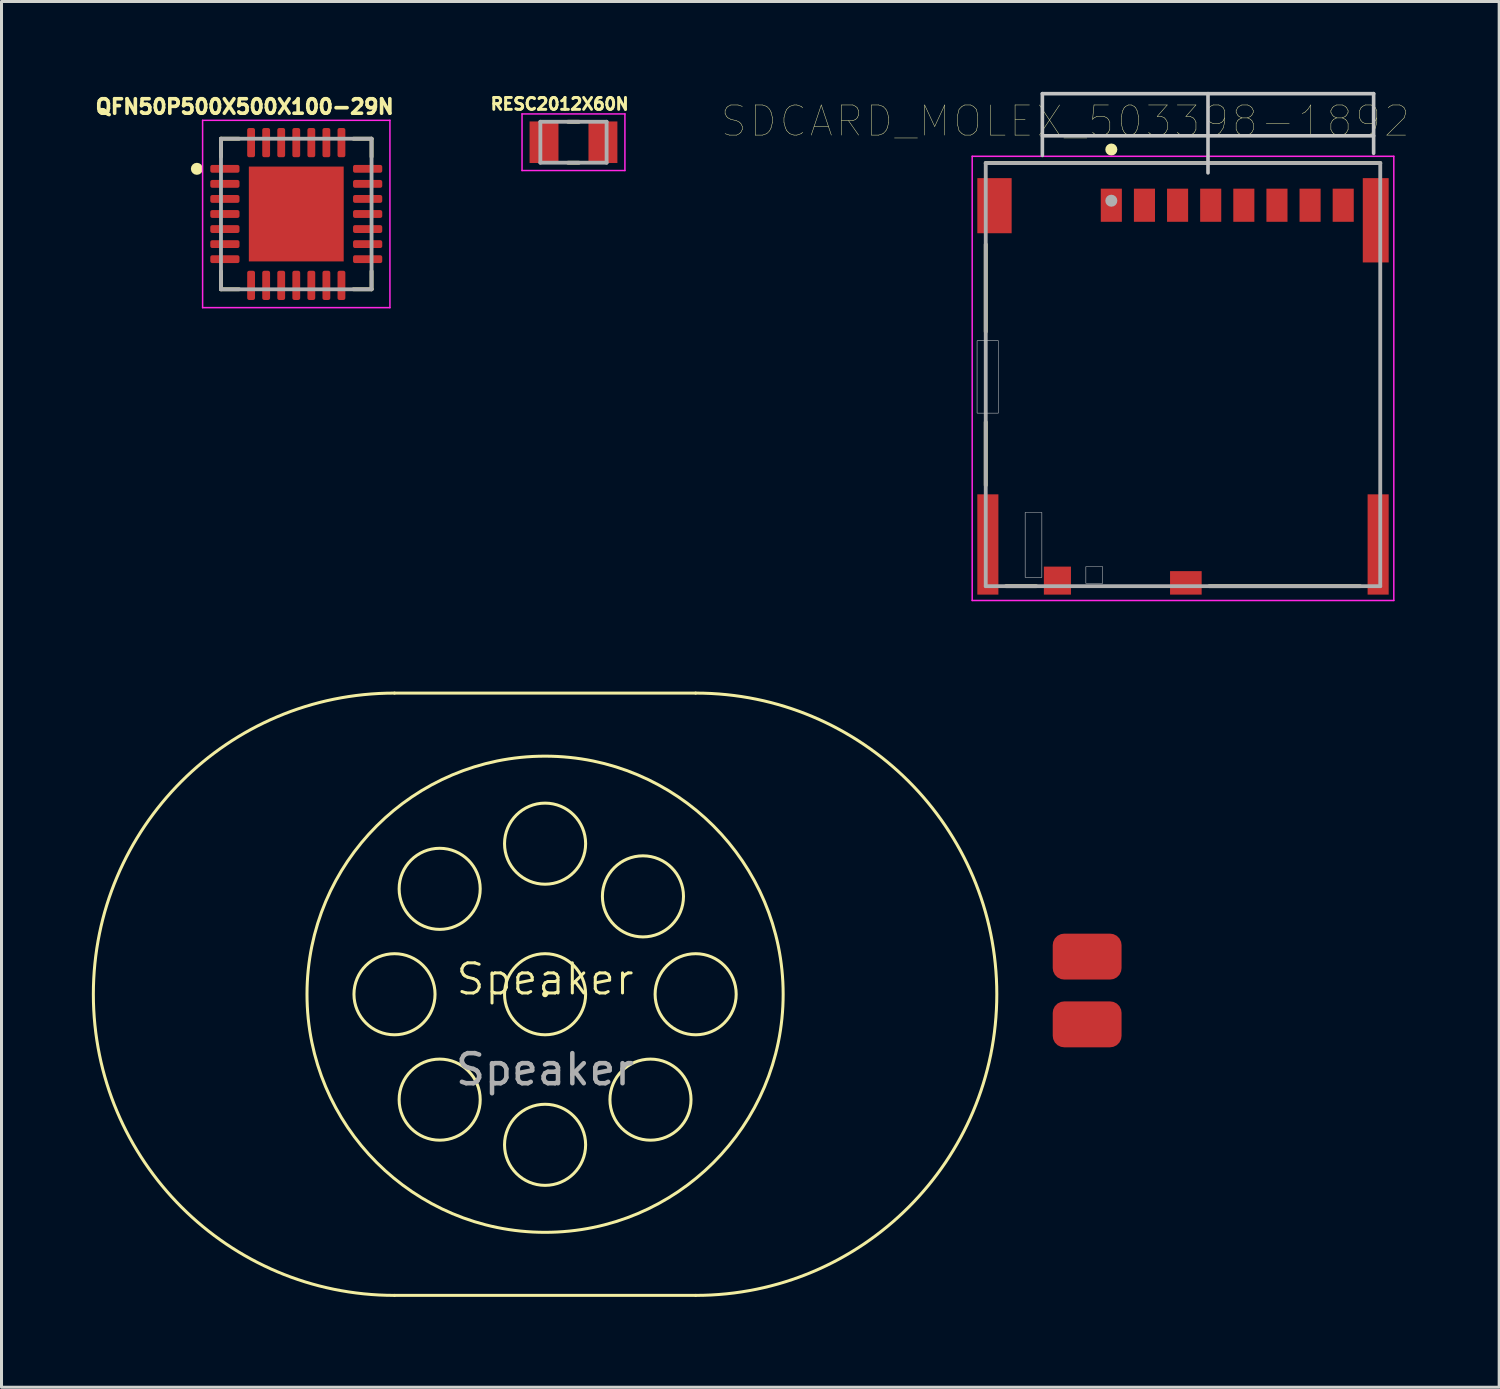
<source format=kicad_pcb>
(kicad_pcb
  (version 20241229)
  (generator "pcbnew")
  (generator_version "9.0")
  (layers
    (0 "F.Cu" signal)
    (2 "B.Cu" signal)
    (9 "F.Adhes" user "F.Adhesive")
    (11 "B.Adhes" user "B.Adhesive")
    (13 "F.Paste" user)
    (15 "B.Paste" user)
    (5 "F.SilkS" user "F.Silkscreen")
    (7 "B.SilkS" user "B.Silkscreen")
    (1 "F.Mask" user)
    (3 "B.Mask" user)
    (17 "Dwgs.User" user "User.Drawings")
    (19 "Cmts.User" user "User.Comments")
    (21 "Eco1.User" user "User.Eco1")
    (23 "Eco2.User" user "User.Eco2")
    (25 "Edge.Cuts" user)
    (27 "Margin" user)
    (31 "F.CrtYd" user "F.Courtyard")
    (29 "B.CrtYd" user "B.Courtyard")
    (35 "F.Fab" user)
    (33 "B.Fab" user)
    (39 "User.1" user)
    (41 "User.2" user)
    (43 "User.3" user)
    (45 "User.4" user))
  (footprint "Speaker"
    (layer "F.Cu")
    (at 15.05 29.965)
    (property "Reference" "Speaker" (at 0 -0.5 0) (unlocked yes) (layer "F.SilkS") (effects (font (size 1 1) (thickness 0.1))))
    (attr smd)
    (fp_line (start -5 -10) (end 5 -10) (stroke (width 0.1) (type default)) (layer "F.SilkS"))
    (fp_line (start -5 10) (end 5 10) (stroke (width 0.1) (type default)) (layer "F.SilkS"))
    (fp_arc (start -5 10) (mid -15 0) (end -5 -10) (stroke (width 0.1) (type default)) (layer "F.SilkS"))
    (fp_arc (start 5 -10) (mid 15 0) (end 5 10) (stroke (width 0.1) (type default)) (layer "F.SilkS"))
    (fp_circle (center -5 0) (end -3.75 0.5) (stroke (width 0.1) (type default)) (fill no) (layer "F.SilkS"))
    (fp_circle (center -3.5 -3.5) (end -2.25 -3) (stroke (width 0.1) (type default)) (fill no) (layer "F.SilkS"))
    (fp_circle (center -3.5 3.5) (end -2.25 4) (stroke (width 0.1) (type default)) (fill no) (layer "F.SilkS"))
    (fp_circle (center 0 -5) (end 1.25 -4.5) (stroke (width 0.1) (type default)) (fill no) (layer "F.SilkS"))
    (fp_circle (center 0 0) (end 0 0) (stroke (width 0.1) (type default)) (fill no) (layer "F.SilkS"))
    (fp_circle (center 0 0) (end 1.25 0.5) (stroke (width 0.1) (type default)) (fill no) (layer "F.SilkS"))
    (fp_circle (center 0 0) (end 7.5 -2.5) (stroke (width 0.1) (type default)) (fill no) (layer "F.SilkS"))
    (fp_circle (center 0 5) (end 1.25 5.5) (stroke (width 0.1) (type default)) (fill no) (layer "F.SilkS"))
    (fp_circle (center 3.25 -3.25) (end 4.5 -2.75) (stroke (width 0.1) (type default)) (fill no) (layer "F.SilkS"))
    (fp_circle (center 3.5 3.5) (end 4.75 4) (stroke (width 0.1) (type default)) (fill no) (layer "F.SilkS"))
    (fp_circle (center 5 0) (end 6.25 0.5) (stroke (width 0.1) (type default)) (fill no) (layer "F.SilkS"))
    (fp_text user "${REFERENCE}" (at 0 2.5 0) (unlocked yes) (layer "F.Fab") (effects (font (size 1 1) (thickness 0.15))))
    (pad "1" smd roundrect (at 18 -1.25) (size 2.286 1.524) (layers "F.Cu" "F.Mask" "F.Paste") (roundrect_rratio 0.25))
    (pad "2" smd roundrect (at 18 1) (size 2.286 1.524) (layers "F.Cu" "F.Mask" "F.Paste") (roundrect_rratio 0.25)))
  (footprint "QFN50P500X500X100-29N"
    (layer "F.Cu")
    (at 6.788 4.056)
    (property "Reference" "QFN50P500X500X100-29N" (at -1.714 -3.563 0) (layer "F.SilkS") (effects (font (size 0.481 0.481) (thickness 0.15))))
    (attr smd)
    (fp_line (start -2.5 -2.5) (end -1.9 -2.5) (stroke (width 0.127) (type solid)) (layer "F.SilkS"))
    (fp_line (start -2.5 -1.9) (end -2.5 -2.5) (stroke (width 0.127) (type solid)) (layer "F.SilkS"))
    (fp_line (start -2.5 2.5) (end -2.5 1.9) (stroke (width 0.127) (type solid)) (layer "F.SilkS"))
    (fp_line (start -1.9 2.5) (end -2.5 2.5) (stroke (width 0.127) (type solid)) (layer "F.SilkS"))
    (fp_line (start 1.9 -2.5) (end 2.5 -2.5) (stroke (width 0.127) (type solid)) (layer "F.SilkS"))
    (fp_line (start 2.5 -2.5) (end 2.5 -1.9) (stroke (width 0.127) (type solid)) (layer "F.SilkS"))
    (fp_line (start 2.5 1.9) (end 2.5 2.5) (stroke (width 0.127) (type solid)) (layer "F.SilkS"))
    (fp_line (start 2.5 2.5) (end 1.9 2.5) (stroke (width 0.127) (type solid)) (layer "F.SilkS"))
    (fp_circle (center -3.3 -1.5) (end -3.2 -1.5) (stroke (width 0.2) (type solid)) (fill no) (layer "F.SilkS"))
    (fp_poly (pts (xy -0.991 -0.989) (xy 0.989 -0.989) (xy 0.989 0.991) (xy -0.991 0.991)) (stroke (width 0.01) (type solid)) (fill yes) (layer "F.Paste"))
    (fp_line (start -3.11 -3.11) (end 3.11 -3.11) (stroke (width 0.05) (type solid)) (layer "F.CrtYd"))
    (fp_line (start -3.11 3.11) (end -3.11 -3.11) (stroke (width 0.05) (type solid)) (layer "F.CrtYd"))
    (fp_line (start 3.11 -3.11) (end 3.11 3.11) (stroke (width 0.05) (type solid)) (layer "F.CrtYd"))
    (fp_line (start 3.11 3.11) (end -3.11 3.11) (stroke (width 0.05) (type solid)) (layer "F.CrtYd"))
    (fp_line (start -2.5 -2.5) (end 2.5 -2.5) (stroke (width 0.127) (type solid)) (layer "F.Fab"))
    (fp_line (start -2.5 2.5) (end -2.5 -2.5) (stroke (width 0.127) (type solid)) (layer "F.Fab"))
    (fp_line (start 2.5 -2.5) (end 2.5 2.5) (stroke (width 0.127) (type solid)) (layer "F.Fab"))
    (fp_line (start 2.5 2.5) (end -2.5 2.5) (stroke (width 0.127) (type solid)) (layer "F.Fab"))
    (pad "1" smd roundrect (at -2.37 -1.5 270) (size 0.26 0.97) (layers "F.Cu" "F.Mask" "F.Paste") (roundrect_rratio 0.25))
    (pad "2" smd roundrect (at -2.37 -1 270) (size 0.26 0.97) (layers "F.Cu" "F.Mask" "F.Paste") (roundrect_rratio 0.25))
    (pad "3" smd roundrect (at -2.37 -0.5 270) (size 0.26 0.97) (layers "F.Cu" "F.Mask" "F.Paste") (roundrect_rratio 0.25))
    (pad "4" smd roundrect (at -2.37 0 270) (size 0.26 0.97) (layers "F.Cu" "F.Mask" "F.Paste") (roundrect_rratio 0.25))
    (pad "5" smd roundrect (at -2.37 0.5 270) (size 0.26 0.97) (layers "F.Cu" "F.Mask" "F.Paste") (roundrect_rratio 0.25))
    (pad "6" smd roundrect (at -2.37 1 270) (size 0.26 0.97) (layers "F.Cu" "F.Mask" "F.Paste") (roundrect_rratio 0.25))
    (pad "7" smd roundrect (at -2.37 1.5 270) (size 0.26 0.97) (layers "F.Cu" "F.Mask" "F.Paste") (roundrect_rratio 0.25))
    (pad "8" smd roundrect (at -1.5 2.37) (size 0.26 0.97) (layers "F.Cu" "F.Mask" "F.Paste") (roundrect_rratio 0.25))
    (pad "9" smd roundrect (at -1 2.37) (size 0.26 0.97) (layers "F.Cu" "F.Mask" "F.Paste") (roundrect_rratio 0.25))
    (pad "10" smd roundrect (at -0.5 2.37) (size 0.26 0.97) (layers "F.Cu" "F.Mask" "F.Paste") (roundrect_rratio 0.25))
    (pad "11" smd roundrect (at 0 2.37) (size 0.26 0.97) (layers "F.Cu" "F.Mask" "F.Paste") (roundrect_rratio 0.25))
    (pad "12" smd roundrect (at 0.5 2.37) (size 0.26 0.97) (layers "F.Cu" "F.Mask" "F.Paste") (roundrect_rratio 0.25))
    (pad "13" smd roundrect (at 1 2.37) (size 0.26 0.97) (layers "F.Cu" "F.Mask" "F.Paste") (roundrect_rratio 0.25))
    (pad "14" smd roundrect (at 1.5 2.37) (size 0.26 0.97) (layers "F.Cu" "F.Mask" "F.Paste") (roundrect_rratio 0.25))
    (pad "15" smd roundrect (at 2.37 1.5 270) (size 0.26 0.97) (layers "F.Cu" "F.Mask" "F.Paste") (roundrect_rratio 0.25))
    (pad "16" smd roundrect (at 2.37 1 270) (size 0.26 0.97) (layers "F.Cu" "F.Mask" "F.Paste") (roundrect_rratio 0.25))
    (pad "17" smd roundrect (at 2.37 0.5 270) (size 0.26 0.97) (layers "F.Cu" "F.Mask" "F.Paste") (roundrect_rratio 0.25))
    (pad "18" smd roundrect (at 2.37 0 270) (size 0.26 0.97) (layers "F.Cu" "F.Mask" "F.Paste") (roundrect_rratio 0.25))
    (pad "19" smd roundrect (at 2.37 -0.5 270) (size 0.26 0.97) (layers "F.Cu" "F.Mask" "F.Paste") (roundrect_rratio 0.25))
    (pad "20" smd roundrect (at 2.37 -1 270) (size 0.26 0.97) (layers "F.Cu" "F.Mask" "F.Paste") (roundrect_rratio 0.25))
    (pad "21" smd roundrect (at 2.37 -1.5 270) (size 0.26 0.97) (layers "F.Cu" "F.Mask" "F.Paste") (roundrect_rratio 0.25))
    (pad "22" smd roundrect (at 1.5 -2.37) (size 0.26 0.97) (layers "F.Cu" "F.Mask" "F.Paste") (roundrect_rratio 0.25))
    (pad "23" smd roundrect (at 1 -2.37) (size 0.26 0.97) (layers "F.Cu" "F.Mask" "F.Paste") (roundrect_rratio 0.25))
    (pad "24" smd roundrect (at 0.5 -2.37) (size 0.26 0.97) (layers "F.Cu" "F.Mask" "F.Paste") (roundrect_rratio 0.25))
    (pad "25" smd roundrect (at 0 -2.37) (size 0.26 0.97) (layers "F.Cu" "F.Mask" "F.Paste") (roundrect_rratio 0.25))
    (pad "26" smd roundrect (at -0.5 -2.37) (size 0.26 0.97) (layers "F.Cu" "F.Mask" "F.Paste") (roundrect_rratio 0.25))
    (pad "27" smd roundrect (at -1 -2.37) (size 0.26 0.97) (layers "F.Cu" "F.Mask" "F.Paste") (roundrect_rratio 0.25))
    (pad "28" smd roundrect (at -1.5 -2.37) (size 0.26 0.97) (layers "F.Cu" "F.Mask" "F.Paste") (roundrect_rratio 0.25))
    (pad "29" smd rect (at 0 0) (size 3.15 3.15) (layers "F.Cu" "F.Mask")))
  (footprint "RESC2012X60N"
    (layer "F.Cu")
    (at 15.993 1.673)
    (property "Reference" "RESC2012X60N" (at -0.46 -1.27 0) (layer "F.SilkS") (effects (font (size 0.394 0.394) (thickness 0.15))))
    (attr smd)
    (fp_line (start -0.18 -0.68) (end 0.18 -0.68) (stroke (width 0.127) (type solid)) (layer "F.SilkS"))
    (fp_line (start -0.18 0.68) (end 0.18 0.68) (stroke (width 0.127) (type solid)) (layer "F.SilkS"))
    (fp_line (start -1.708 -0.94) (end 1.708 -0.94) (stroke (width 0.05) (type solid)) (layer "F.CrtYd"))
    (fp_line (start -1.708 0.94) (end -1.708 -0.94) (stroke (width 0.05) (type solid)) (layer "F.CrtYd"))
    (fp_line (start -1.708 0.94) (end 1.708 0.94) (stroke (width 0.05) (type solid)) (layer "F.CrtYd"))
    (fp_line (start 1.708 0.94) (end 1.708 -0.94) (stroke (width 0.05) (type solid)) (layer "F.CrtYd"))
    (fp_line (start -1.1 0.68) (end -1.1 -0.68) (stroke (width 0.127) (type solid)) (layer "F.Fab"))
    (fp_line (start 1.1 -0.68) (end -1.1 -0.68) (stroke (width 0.127) (type solid)) (layer "F.Fab"))
    (fp_line (start 1.1 0.68) (end -1.1 0.68) (stroke (width 0.127) (type solid)) (layer "F.Fab"))
    (fp_line (start 1.1 0.68) (end 1.1 -0.68) (stroke (width 0.127) (type solid)) (layer "F.Fab"))
    (pad "1" smd rect (at -0.978 0) (size 0.96 1.38) (layers "F.Cu" "F.Mask" "F.Paste"))
    (pad "2" smd rect (at 0.978 0) (size 0.96 1.38) (layers "F.Cu" "F.Mask" "F.Paste")))
  (footprint "SDCARD_MOLEX_503398-1892"
    (layer "F.Cu")
    (at 36.233 9.39)
    (property "Reference" "SDCARD_MOLEX_503398-1892" (at -3.908 -8.416 0) (layer "F.SilkS") (effects (font (size 1.001 1.001) (thickness 0.015))))
    (attr through_hole)
    (fp_line (start -6.55 -7.025) (end 6.55 -7.025) (stroke (width 0.127) (type solid)) (layer "F.SilkS"))
    (fp_line (start -6.55 -4.325) (end -6.55 -1.425) (stroke (width 0.127) (type solid)) (layer "F.SilkS"))
    (fp_line (start -6.55 1.575) (end -6.55 3.675) (stroke (width 0.127) (type solid)) (layer "F.SilkS"))
    (fp_line (start -5.876 7.025) (end -4.874 7.025) (stroke (width 0.127) (type solid)) (layer "F.SilkS"))
    (fp_line (start 0.874 7.025) (end 5.876 7.025) (stroke (width 0.127) (type solid)) (layer "F.SilkS"))
    (fp_circle (center -2.38 -7.475) (end -2.28 -7.475) (stroke (width 0.2) (type solid)) (fill no) (layer "F.SilkS"))
    (fp_line (start -4.67 -9.33) (end -4.67 -7.28) (stroke (width 0.12) (type solid)) (layer "Dwgs.User"))
    (fp_line (start -4.67 -9.33) (end 6.33 -9.33) (stroke (width 0.12) (type solid)) (layer "Dwgs.User"))
    (fp_line (start -4.67 -7.93) (end 6.33 -7.93) (stroke (width 0.12) (type solid)) (layer "Dwgs.User"))
    (fp_line (start 0.83 -6.7) (end 0.83 -9.33) (stroke (width 0.12) (type solid)) (layer "Dwgs.User"))
    (fp_line (start 6.33 -9.33) (end 6.33 -7.35) (stroke (width 0.12) (type solid)) (layer "Dwgs.User"))
    (fp_poly (pts (xy -6.842 -1.125) (xy -6.13 -1.125) (xy -6.13 1.277) (xy -6.842 1.277)) (stroke (width 0.01) (type solid)) (fill no) (layer "Dwgs.User"))
    (fp_poly (pts (xy -6.836 -1.125) (xy -6.13 -1.125) (xy -6.13 1.276) (xy -6.836 1.276)) (stroke (width 0.01) (type solid)) (fill no) (layer "Dwgs.User"))
    (fp_poly (pts (xy -5.245 4.575) (xy -4.685 4.575) (xy -4.685 6.738) (xy -5.245 6.738)) (stroke (width 0.01) (type solid)) (fill no) (layer "Dwgs.User"))
    (fp_poly (pts (xy -5.239 4.575) (xy -4.685 4.575) (xy -4.685 6.73) (xy -5.239 6.73)) (stroke (width 0.01) (type solid)) (fill no) (layer "Dwgs.User"))
    (fp_poly (pts (xy -3.225 6.375) (xy -2.67 6.375) (xy -2.67 6.937) (xy -3.225 6.937)) (stroke (width 0.01) (type solid)) (fill no) (layer "Dwgs.User"))
    (fp_poly (pts (xy -3.223 6.375) (xy -2.67 6.375) (xy -2.67 6.93) (xy -3.223 6.93)) (stroke (width 0.01) (type solid)) (fill no) (layer "Dwgs.User"))
    (fp_poly (pts (xy -3.17 -3.725) (xy -3.17 1.275) (xy -3.82 1.275) (xy -3.82 3.875) (xy 0.57 3.875) (xy 0.57 5.125) (xy -1.73 5.125) (xy -1.73 7.305) (xy -0.43 7.305) (xy -0.43 6.525) (xy 6.13 6.525) (xy 6.13 3.975) (xy 6.83 3.975) (xy 6.83 -3.725)) (stroke (width 0.0001) (type solid)) (fill no) (layer "Dwgs.User"))
    (fp_poly (pts (xy -3.17 -3.725) (xy -3.17 1.275) (xy -3.82 1.275) (xy -3.82 3.875) (xy 0.57 3.875) (xy 0.57 5.125) (xy -1.73 5.125) (xy -1.73 7.305) (xy -0.43 7.305) (xy -0.43 6.525) (xy 6.13 6.525) (xy 6.13 3.975) (xy 6.83 3.975) (xy 6.83 -3.725)) (stroke (width 0.0001) (type solid)) (fill no) (layer "Dwgs.User"))
    (fp_line (start -7 -7.25) (end 7 -7.25) (stroke (width 0.05) (type solid)) (layer "F.CrtYd"))
    (fp_line (start -7 7.5) (end -7 -7.25) (stroke (width 0.05) (type solid)) (layer "F.CrtYd"))
    (fp_line (start 7 -7.25) (end 7 7.5) (stroke (width 0.05) (type solid)) (layer "F.CrtYd"))
    (fp_line (start 7 7.5) (end -7 7.5) (stroke (width 0.05) (type solid)) (layer "F.CrtYd"))
    (fp_line (start -6.55 -7.025) (end 6.55 -7.025) (stroke (width 0.127) (type solid)) (layer "F.Fab"))
    (fp_line (start -6.55 7.025) (end -6.55 -7.025) (stroke (width 0.127) (type solid)) (layer "F.Fab"))
    (fp_line (start 6.55 -7.025) (end 6.55 7.025) (stroke (width 0.127) (type solid)) (layer "F.Fab"))
    (fp_line (start 6.55 7.025) (end -6.55 7.025) (stroke (width 0.127) (type solid)) (layer "F.Fab"))
    (fp_circle (center -2.38 -5.775) (end -2.28 -5.775) (stroke (width 0.2) (type solid)) (fill no) (layer "F.Fab"))
    (pad "1" smd rect (at -2.38 -5.625) (size 0.7 1.1) (layers "F.Cu" "F.Mask" "F.Paste"))
    (pad "2" smd rect (at -1.28 -5.625) (size 0.7 1.1) (layers "F.Cu" "F.Mask" "F.Paste"))
    (pad "3" smd rect (at -0.18 -5.625) (size 0.7 1.1) (layers "F.Cu" "F.Mask" "F.Paste"))
    (pad "4" smd rect (at 0.92 -5.625) (size 0.7 1.1) (layers "F.Cu" "F.Mask" "F.Paste"))
    (pad "5" smd rect (at 2.02 -5.625) (size 0.7 1.1) (layers "F.Cu" "F.Mask" "F.Paste"))
    (pad "6" smd rect (at 3.12 -5.625) (size 0.7 1.1) (layers "F.Cu" "F.Mask" "F.Paste"))
    (pad "7" smd rect (at 4.22 -5.625) (size 0.7 1.1) (layers "F.Cu" "F.Mask" "F.Paste"))
    (pad "8" smd rect (at 5.32 -5.625) (size 0.7 1.1) (layers "F.Cu" "F.Mask" "F.Paste"))
    (pad "9" smd rect (at -4.17 6.84) (size 0.9 0.93) (layers "F.Cu" "F.Mask" "F.Paste"))
    (pad "10" smd rect (at 0.095 6.915) (size 1.05 0.78) (layers "F.Cu" "F.Mask" "F.Paste"))
    (pad "G1" smd rect (at -6.26 -5.61) (size 1.14 1.83) (layers "F.Cu" "F.Mask" "F.Paste"))
    (pad "G2" smd rect (at -6.48 5.64) (size 0.7 3.33) (layers "F.Cu" "F.Mask" "F.Paste"))
    (pad "G3" smd rect (at 6.48 5.64) (size 0.7 3.33) (layers "F.Cu" "F.Mask" "F.Paste"))
    (pad "G4" smd rect (at 6.4 -5.125) (size 0.86 2.8) (layers "F.Cu" "F.Mask" "F.Paste")))
  (gr_rect
    (start -3 -3)
    (end 46.732 43.015)
    (stroke (width 0.1) (type default))
    (fill no)
    (layer "Edge.Cuts")))
</source>
